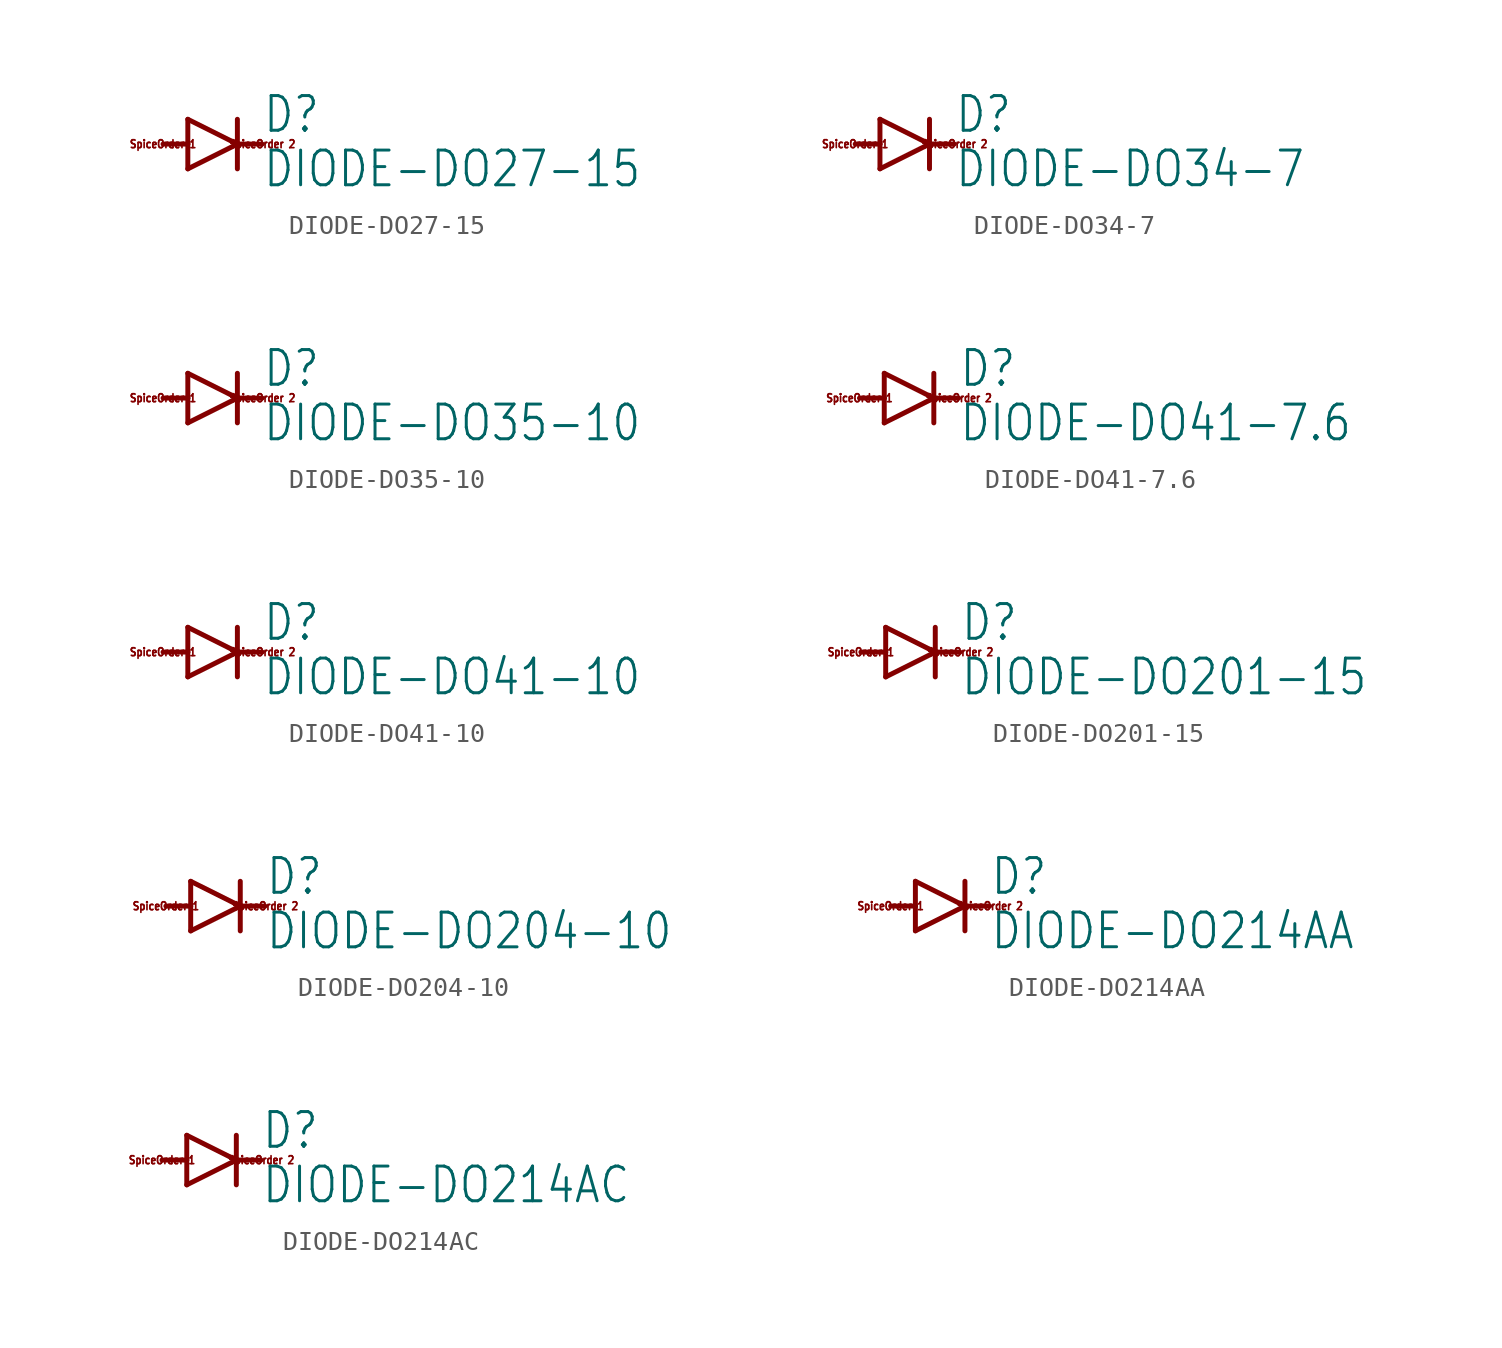
<source format=kicad_sym>
(kicad_symbol_lib
  (version 20211014)
  (generator kicad_symbol_editor)
  (symbol "DIODE-DO27-15"
    (property "Reference" "D"
      (at 2.54 0.483 0)
      (effects (font (size 1.778 1.511)) (justify left bottom)))
    (property "Value" "DIODE-DO27-15"
      (at 2.54 -2.311 0)
      (effects (font (size 1.778 1.511)) (justify left bottom)))
    (property "ki_locked" ""
      (at 0 0 0)
      (effects (font (size 1.27 1.27))))
    (symbol "DIODE-DO27-15_1_0"
      (polyline (pts (xy -1.27 -1.27) (xy 1.27 0)) (stroke (width 0.254) (type default) (color 0 0 0 0)) (fill (type none)))
      (polyline (pts (xy -1.27 0) (xy -2.54 0)) (stroke (width 0.254) (type default) (color 0 0 0 0)) (fill (type none)))
      (polyline (pts (xy -1.27 0) (xy -1.27 -1.27)) (stroke (width 0.254) (type default) (color 0 0 0 0)) (fill (type none)))
      (polyline (pts (xy -1.27 1.27) (xy -1.27 0)) (stroke (width 0.254) (type default) (color 0 0 0 0)) (fill (type none)))
      (polyline (pts (xy 1.27 0) (xy -1.27 1.27)) (stroke (width 0.254) (type default) (color 0 0 0 0)) (fill (type none)))
      (polyline (pts (xy 1.27 0) (xy 1.27 -1.27)) (stroke (width 0.254) (type default) (color 0 0 0 0)) (fill (type none)))
      (polyline (pts (xy 1.27 1.27) (xy 1.27 0)) (stroke (width 0.254) (type default) (color 0 0 0 0)) (fill (type none)))
      (polyline (pts (xy 2.54 0) (xy 1.27 0)) (stroke (width 0.254) (type default) (color 0 0 0 0)) (fill (type none)))
      (text "SpiceOrder 1" (at -2.54 0 0) (effects (font (size 0.406 0.345))))
      (text "SpiceOrder 2" (at 2.54 0 0) (effects (font (size 0.406 0.345))))
      (pin passive line (at -2.54 0 0) (length 0) (name "A" (effects (font (size 0 0)))) (number "A" (effects (font (size 0 0)))))
      (pin passive line (at 2.54 0 180) (length 0) (name "C" (effects (font (size 0 0)))) (number "C" (effects (font (size 0 0)))))))
  (symbol "DIODE-DO34-7"
    (property "Reference" "D"
      (at 2.54 0.483 0)
      (effects (font (size 1.778 1.511)) (justify left bottom)))
    (property "Value" "DIODE-DO34-7"
      (at 2.54 -2.311 0)
      (effects (font (size 1.778 1.511)) (justify left bottom)))
    (property "ki_locked" ""
      (at 0 0 0)
      (effects (font (size 1.27 1.27))))
    (symbol "DIODE-DO34-7_1_0"
      (polyline (pts (xy -1.27 -1.27) (xy 1.27 0)) (stroke (width 0.254) (type default) (color 0 0 0 0)) (fill (type none)))
      (polyline (pts (xy -1.27 0) (xy -2.54 0)) (stroke (width 0.254) (type default) (color 0 0 0 0)) (fill (type none)))
      (polyline (pts (xy -1.27 0) (xy -1.27 -1.27)) (stroke (width 0.254) (type default) (color 0 0 0 0)) (fill (type none)))
      (polyline (pts (xy -1.27 1.27) (xy -1.27 0)) (stroke (width 0.254) (type default) (color 0 0 0 0)) (fill (type none)))
      (polyline (pts (xy 1.27 0) (xy -1.27 1.27)) (stroke (width 0.254) (type default) (color 0 0 0 0)) (fill (type none)))
      (polyline (pts (xy 1.27 0) (xy 1.27 -1.27)) (stroke (width 0.254) (type default) (color 0 0 0 0)) (fill (type none)))
      (polyline (pts (xy 1.27 1.27) (xy 1.27 0)) (stroke (width 0.254) (type default) (color 0 0 0 0)) (fill (type none)))
      (polyline (pts (xy 2.54 0) (xy 1.27 0)) (stroke (width 0.254) (type default) (color 0 0 0 0)) (fill (type none)))
      (text "SpiceOrder 1" (at -2.54 0 0) (effects (font (size 0.406 0.345))))
      (text "SpiceOrder 2" (at 2.54 0 0) (effects (font (size 0.406 0.345))))
      (pin passive line (at -2.54 0 0) (length 0) (name "A" (effects (font (size 0 0)))) (number "A" (effects (font (size 0 0)))))
      (pin passive line (at 2.54 0 180) (length 0) (name "C" (effects (font (size 0 0)))) (number "C" (effects (font (size 0 0)))))))
  (symbol "DIODE-DO35-10"
    (property "Reference" "D"
      (at 2.54 0.483 0)
      (effects (font (size 1.778 1.511)) (justify left bottom)))
    (property "Value" "DIODE-DO35-10"
      (at 2.54 -2.311 0)
      (effects (font (size 1.778 1.511)) (justify left bottom)))
    (property "ki_locked" ""
      (at 0 0 0)
      (effects (font (size 1.27 1.27))))
    (symbol "DIODE-DO35-10_1_0"
      (polyline (pts (xy -1.27 -1.27) (xy 1.27 0)) (stroke (width 0.254) (type default) (color 0 0 0 0)) (fill (type none)))
      (polyline (pts (xy -1.27 0) (xy -2.54 0)) (stroke (width 0.254) (type default) (color 0 0 0 0)) (fill (type none)))
      (polyline (pts (xy -1.27 0) (xy -1.27 -1.27)) (stroke (width 0.254) (type default) (color 0 0 0 0)) (fill (type none)))
      (polyline (pts (xy -1.27 1.27) (xy -1.27 0)) (stroke (width 0.254) (type default) (color 0 0 0 0)) (fill (type none)))
      (polyline (pts (xy 1.27 0) (xy -1.27 1.27)) (stroke (width 0.254) (type default) (color 0 0 0 0)) (fill (type none)))
      (polyline (pts (xy 1.27 0) (xy 1.27 -1.27)) (stroke (width 0.254) (type default) (color 0 0 0 0)) (fill (type none)))
      (polyline (pts (xy 1.27 1.27) (xy 1.27 0)) (stroke (width 0.254) (type default) (color 0 0 0 0)) (fill (type none)))
      (polyline (pts (xy 2.54 0) (xy 1.27 0)) (stroke (width 0.254) (type default) (color 0 0 0 0)) (fill (type none)))
      (text "SpiceOrder 1" (at -2.54 0 0) (effects (font (size 0.406 0.345))))
      (text "SpiceOrder 2" (at 2.54 0 0) (effects (font (size 0.406 0.345))))
      (pin passive line (at -2.54 0 0) (length 0) (name "A" (effects (font (size 0 0)))) (number "A" (effects (font (size 0 0)))))
      (pin passive line (at 2.54 0 180) (length 0) (name "C" (effects (font (size 0 0)))) (number "C" (effects (font (size 0 0)))))))
  (symbol "DIODE-DO41-7.6"
    (property "Reference" "D"
      (at 2.54 0.483 0)
      (effects (font (size 1.778 1.511)) (justify left bottom)))
    (property "Value" "DIODE-DO41-7.6"
      (at 2.54 -2.311 0)
      (effects (font (size 1.778 1.511)) (justify left bottom)))
    (property "ki_locked" ""
      (at 0 0 0)
      (effects (font (size 1.27 1.27))))
    (symbol "DIODE-DO41-7.6_1_0"
      (polyline (pts (xy -1.27 -1.27) (xy 1.27 0)) (stroke (width 0.254) (type default) (color 0 0 0 0)) (fill (type none)))
      (polyline (pts (xy -1.27 0) (xy -2.54 0)) (stroke (width 0.254) (type default) (color 0 0 0 0)) (fill (type none)))
      (polyline (pts (xy -1.27 0) (xy -1.27 -1.27)) (stroke (width 0.254) (type default) (color 0 0 0 0)) (fill (type none)))
      (polyline (pts (xy -1.27 1.27) (xy -1.27 0)) (stroke (width 0.254) (type default) (color 0 0 0 0)) (fill (type none)))
      (polyline (pts (xy 1.27 0) (xy -1.27 1.27)) (stroke (width 0.254) (type default) (color 0 0 0 0)) (fill (type none)))
      (polyline (pts (xy 1.27 0) (xy 1.27 -1.27)) (stroke (width 0.254) (type default) (color 0 0 0 0)) (fill (type none)))
      (polyline (pts (xy 1.27 1.27) (xy 1.27 0)) (stroke (width 0.254) (type default) (color 0 0 0 0)) (fill (type none)))
      (polyline (pts (xy 2.54 0) (xy 1.27 0)) (stroke (width 0.254) (type default) (color 0 0 0 0)) (fill (type none)))
      (text "SpiceOrder 1" (at -2.54 0 0) (effects (font (size 0.406 0.345))))
      (text "SpiceOrder 2" (at 2.54 0 0) (effects (font (size 0.406 0.345))))
      (pin passive line (at -2.54 0 0) (length 0) (name "A" (effects (font (size 0 0)))) (number "A" (effects (font (size 0 0)))))
      (pin passive line (at 2.54 0 180) (length 0) (name "C" (effects (font (size 0 0)))) (number "C" (effects (font (size 0 0)))))))
  (symbol "DIODE-DO41-10"
    (property "Reference" "D"
      (at 2.54 0.483 0)
      (effects (font (size 1.778 1.511)) (justify left bottom)))
    (property "Value" "DIODE-DO41-10"
      (at 2.54 -2.311 0)
      (effects (font (size 1.778 1.511)) (justify left bottom)))
    (property "ki_locked" ""
      (at 0 0 0)
      (effects (font (size 1.27 1.27))))
    (symbol "DIODE-DO41-10_1_0"
      (polyline (pts (xy -1.27 -1.27) (xy 1.27 0)) (stroke (width 0.254) (type default) (color 0 0 0 0)) (fill (type none)))
      (polyline (pts (xy -1.27 0) (xy -2.54 0)) (stroke (width 0.254) (type default) (color 0 0 0 0)) (fill (type none)))
      (polyline (pts (xy -1.27 0) (xy -1.27 -1.27)) (stroke (width 0.254) (type default) (color 0 0 0 0)) (fill (type none)))
      (polyline (pts (xy -1.27 1.27) (xy -1.27 0)) (stroke (width 0.254) (type default) (color 0 0 0 0)) (fill (type none)))
      (polyline (pts (xy 1.27 0) (xy -1.27 1.27)) (stroke (width 0.254) (type default) (color 0 0 0 0)) (fill (type none)))
      (polyline (pts (xy 1.27 0) (xy 1.27 -1.27)) (stroke (width 0.254) (type default) (color 0 0 0 0)) (fill (type none)))
      (polyline (pts (xy 1.27 1.27) (xy 1.27 0)) (stroke (width 0.254) (type default) (color 0 0 0 0)) (fill (type none)))
      (polyline (pts (xy 2.54 0) (xy 1.27 0)) (stroke (width 0.254) (type default) (color 0 0 0 0)) (fill (type none)))
      (text "SpiceOrder 1" (at -2.54 0 0) (effects (font (size 0.406 0.345))))
      (text "SpiceOrder 2" (at 2.54 0 0) (effects (font (size 0.406 0.345))))
      (pin passive line (at -2.54 0 0) (length 0) (name "A" (effects (font (size 0 0)))) (number "A" (effects (font (size 0 0)))))
      (pin passive line (at 2.54 0 180) (length 0) (name "C" (effects (font (size 0 0)))) (number "C" (effects (font (size 0 0)))))))
  (symbol "DIODE-DO201-15"
    (property "Reference" "D"
      (at 2.54 0.483 0)
      (effects (font (size 1.778 1.511)) (justify left bottom)))
    (property "Value" "DIODE-DO201-15"
      (at 2.54 -2.311 0)
      (effects (font (size 1.778 1.511)) (justify left bottom)))
    (property "ki_locked" ""
      (at 0 0 0)
      (effects (font (size 1.27 1.27))))
    (symbol "DIODE-DO201-15_1_0"
      (polyline (pts (xy -1.27 -1.27) (xy 1.27 0)) (stroke (width 0.254) (type default) (color 0 0 0 0)) (fill (type none)))
      (polyline (pts (xy -1.27 0) (xy -2.54 0)) (stroke (width 0.254) (type default) (color 0 0 0 0)) (fill (type none)))
      (polyline (pts (xy -1.27 0) (xy -1.27 -1.27)) (stroke (width 0.254) (type default) (color 0 0 0 0)) (fill (type none)))
      (polyline (pts (xy -1.27 1.27) (xy -1.27 0)) (stroke (width 0.254) (type default) (color 0 0 0 0)) (fill (type none)))
      (polyline (pts (xy 1.27 0) (xy -1.27 1.27)) (stroke (width 0.254) (type default) (color 0 0 0 0)) (fill (type none)))
      (polyline (pts (xy 1.27 0) (xy 1.27 -1.27)) (stroke (width 0.254) (type default) (color 0 0 0 0)) (fill (type none)))
      (polyline (pts (xy 1.27 1.27) (xy 1.27 0)) (stroke (width 0.254) (type default) (color 0 0 0 0)) (fill (type none)))
      (polyline (pts (xy 2.54 0) (xy 1.27 0)) (stroke (width 0.254) (type default) (color 0 0 0 0)) (fill (type none)))
      (text "SpiceOrder 1" (at -2.54 0 0) (effects (font (size 0.406 0.345))))
      (text "SpiceOrder 2" (at 2.54 0 0) (effects (font (size 0.406 0.345))))
      (pin passive line (at -2.54 0 0) (length 0) (name "A" (effects (font (size 0 0)))) (number "A" (effects (font (size 0 0)))))
      (pin passive line (at 2.54 0 180) (length 0) (name "C" (effects (font (size 0 0)))) (number "C" (effects (font (size 0 0)))))))
  (symbol "DIODE-DO204-10"
    (property "Reference" "D"
      (at 2.54 0.483 0)
      (effects (font (size 1.778 1.511)) (justify left bottom)))
    (property "Value" "DIODE-DO204-10"
      (at 2.54 -2.311 0)
      (effects (font (size 1.778 1.511)) (justify left bottom)))
    (property "ki_locked" ""
      (at 0 0 0)
      (effects (font (size 1.27 1.27))))
    (symbol "DIODE-DO204-10_1_0"
      (polyline (pts (xy -1.27 -1.27) (xy 1.27 0)) (stroke (width 0.254) (type default) (color 0 0 0 0)) (fill (type none)))
      (polyline (pts (xy -1.27 0) (xy -2.54 0)) (stroke (width 0.254) (type default) (color 0 0 0 0)) (fill (type none)))
      (polyline (pts (xy -1.27 0) (xy -1.27 -1.27)) (stroke (width 0.254) (type default) (color 0 0 0 0)) (fill (type none)))
      (polyline (pts (xy -1.27 1.27) (xy -1.27 0)) (stroke (width 0.254) (type default) (color 0 0 0 0)) (fill (type none)))
      (polyline (pts (xy 1.27 0) (xy -1.27 1.27)) (stroke (width 0.254) (type default) (color 0 0 0 0)) (fill (type none)))
      (polyline (pts (xy 1.27 0) (xy 1.27 -1.27)) (stroke (width 0.254) (type default) (color 0 0 0 0)) (fill (type none)))
      (polyline (pts (xy 1.27 1.27) (xy 1.27 0)) (stroke (width 0.254) (type default) (color 0 0 0 0)) (fill (type none)))
      (polyline (pts (xy 2.54 0) (xy 1.27 0)) (stroke (width 0.254) (type default) (color 0 0 0 0)) (fill (type none)))
      (text "SpiceOrder 1" (at -2.54 0 0) (effects (font (size 0.406 0.345))))
      (text "SpiceOrder 2" (at 2.54 0 0) (effects (font (size 0.406 0.345))))
      (pin passive line (at -2.54 0 0) (length 0) (name "A" (effects (font (size 0 0)))) (number "A" (effects (font (size 0 0)))))
      (pin passive line (at 2.54 0 180) (length 0) (name "C" (effects (font (size 0 0)))) (number "C" (effects (font (size 0 0)))))))
  (symbol "DIODE-DO214AA"
    (property "Reference" "D"
      (at 2.54 0.483 0)
      (effects (font (size 1.778 1.511)) (justify left bottom)))
    (property "Value" "DIODE-DO214AA"
      (at 2.54 -2.311 0)
      (effects (font (size 1.778 1.511)) (justify left bottom)))
    (property "ki_locked" ""
      (at 0 0 0)
      (effects (font (size 1.27 1.27))))
    (symbol "DIODE-DO214AA_1_0"
      (polyline (pts (xy -1.27 -1.27) (xy 1.27 0)) (stroke (width 0.254) (type default) (color 0 0 0 0)) (fill (type none)))
      (polyline (pts (xy -1.27 0) (xy -2.54 0)) (stroke (width 0.254) (type default) (color 0 0 0 0)) (fill (type none)))
      (polyline (pts (xy -1.27 0) (xy -1.27 -1.27)) (stroke (width 0.254) (type default) (color 0 0 0 0)) (fill (type none)))
      (polyline (pts (xy -1.27 1.27) (xy -1.27 0)) (stroke (width 0.254) (type default) (color 0 0 0 0)) (fill (type none)))
      (polyline (pts (xy 1.27 0) (xy -1.27 1.27)) (stroke (width 0.254) (type default) (color 0 0 0 0)) (fill (type none)))
      (polyline (pts (xy 1.27 0) (xy 1.27 -1.27)) (stroke (width 0.254) (type default) (color 0 0 0 0)) (fill (type none)))
      (polyline (pts (xy 1.27 1.27) (xy 1.27 0)) (stroke (width 0.254) (type default) (color 0 0 0 0)) (fill (type none)))
      (polyline (pts (xy 2.54 0) (xy 1.27 0)) (stroke (width 0.254) (type default) (color 0 0 0 0)) (fill (type none)))
      (text "SpiceOrder 1" (at -2.54 0 0) (effects (font (size 0.406 0.345))))
      (text "SpiceOrder 2" (at 2.54 0 0) (effects (font (size 0.406 0.345))))
      (pin passive line (at -2.54 0 0) (length 0) (name "A" (effects (font (size 0 0)))) (number "A" (effects (font (size 0 0)))))
      (pin passive line (at 2.54 0 180) (length 0) (name "C" (effects (font (size 0 0)))) (number "C" (effects (font (size 0 0)))))))
  (symbol "DIODE-DO214AC"
    (property "Reference" "D"
      (at 2.54 0.483 0)
      (effects (font (size 1.778 1.511)) (justify left bottom)))
    (property "Value" "DIODE-DO214AC"
      (at 2.54 -2.311 0)
      (effects (font (size 1.778 1.511)) (justify left bottom)))
    (property "ki_locked" ""
      (at 0 0 0)
      (effects (font (size 1.27 1.27))))
    (symbol "DIODE-DO214AC_1_0"
      (polyline (pts (xy -1.27 -1.27) (xy 1.27 0)) (stroke (width 0.254) (type default) (color 0 0 0 0)) (fill (type none)))
      (polyline (pts (xy -1.27 0) (xy -2.54 0)) (stroke (width 0.254) (type default) (color 0 0 0 0)) (fill (type none)))
      (polyline (pts (xy -1.27 0) (xy -1.27 -1.27)) (stroke (width 0.254) (type default) (color 0 0 0 0)) (fill (type none)))
      (polyline (pts (xy -1.27 1.27) (xy -1.27 0)) (stroke (width 0.254) (type default) (color 0 0 0 0)) (fill (type none)))
      (polyline (pts (xy 1.27 0) (xy -1.27 1.27)) (stroke (width 0.254) (type default) (color 0 0 0 0)) (fill (type none)))
      (polyline (pts (xy 1.27 0) (xy 1.27 -1.27)) (stroke (width 0.254) (type default) (color 0 0 0 0)) (fill (type none)))
      (polyline (pts (xy 1.27 1.27) (xy 1.27 0)) (stroke (width 0.254) (type default) (color 0 0 0 0)) (fill (type none)))
      (polyline (pts (xy 2.54 0) (xy 1.27 0)) (stroke (width 0.254) (type default) (color 0 0 0 0)) (fill (type none)))
      (text "SpiceOrder 1" (at -2.54 0 0) (effects (font (size 0.406 0.345))))
      (text "SpiceOrder 2" (at 2.54 0 0) (effects (font (size 0.406 0.345))))
      (pin passive line (at -2.54 0 0) (length 0) (name "A" (effects (font (size 0 0)))) (number "A" (effects (font (size 0 0)))))
      (pin passive line (at 2.54 0 180) (length 0) (name "C" (effects (font (size 0 0)))) (number "C" (effects (font (size 0 0))))))))
</source>
